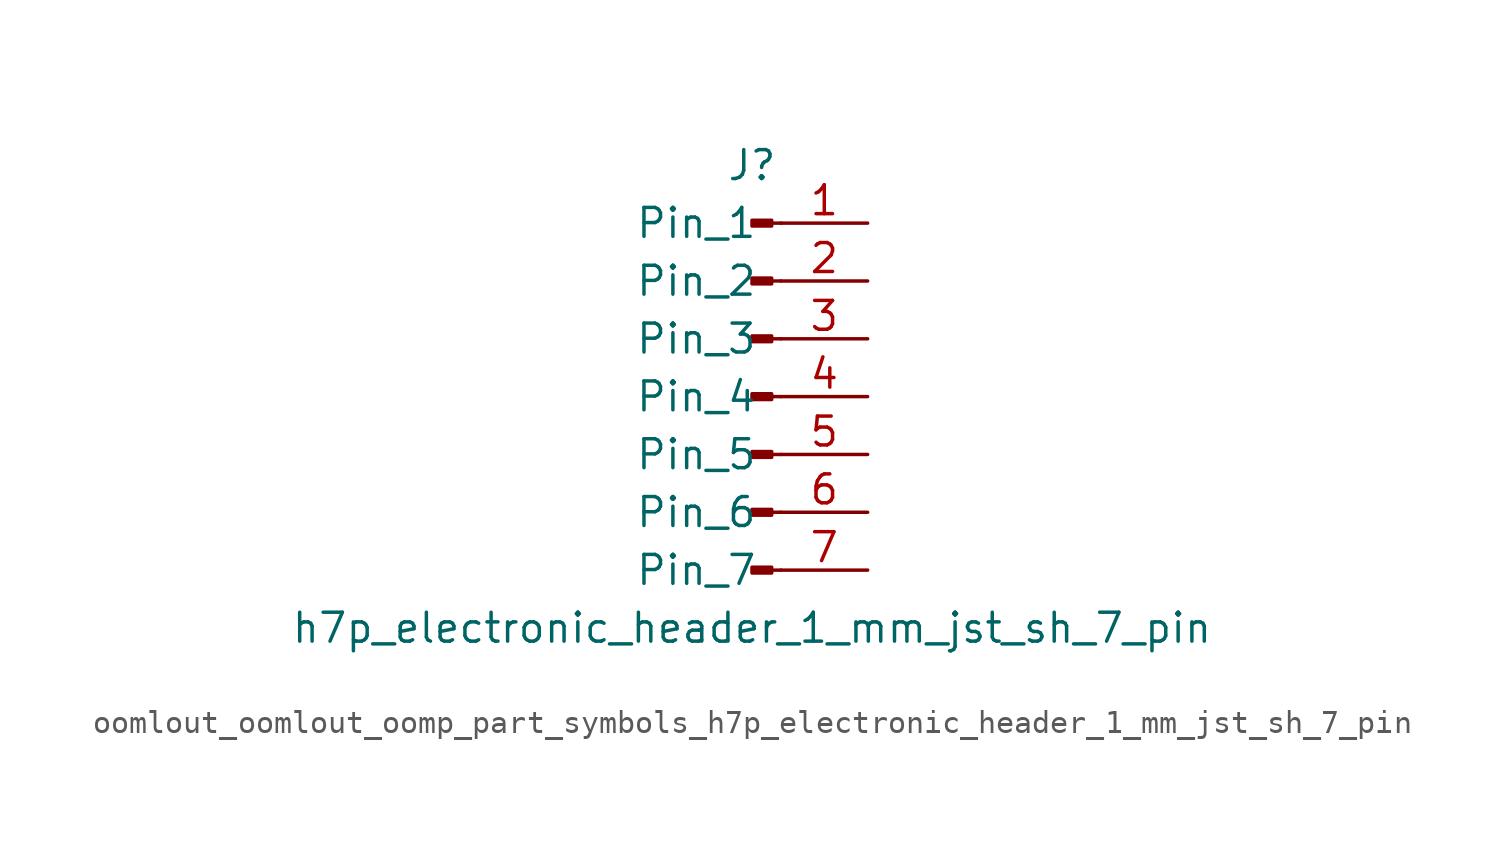
<source format=kicad_sym>
(kicad_symbol_lib
  (version 20220914)
  (generator kicad_symbol_editor)
  (symbol "oomlout_oomlout_oomp_part_symbols_h7p_electronic_header_1_mm_jst_sh_7_pin"
    (pin_names
      (offset 1.016))
    (property "Reference" "J"
      (at 0 10.16 0)
      (effects (font (size 1.27 1.27))))
    (property "Value" "h7p_electronic_header_1_mm_jst_sh_7_pin"
      (at 0 -10.16 0)
      (effects (font (size 1.27 1.27))))
    (property "ki_locked" ""
      (at 0 0 0)
      (effects (font (size 1.27 1.27))))
    (symbol "oomlout_oomlout_oomp_part_symbols_h7p_electronic_header_1_mm_jst_sh_7_pin_1_1"
      (polyline (pts (xy 1.27 -7.62) (xy 0.864 -7.62)) (stroke (width 0.152) (type default)) (fill (type none)))
      (polyline (pts (xy 1.27 -5.08) (xy 0.864 -5.08)) (stroke (width 0.152) (type default)) (fill (type none)))
      (polyline (pts (xy 1.27 -2.54) (xy 0.864 -2.54)) (stroke (width 0.152) (type default)) (fill (type none)))
      (polyline (pts (xy 1.27 0) (xy 0.864 0)) (stroke (width 0.152) (type default)) (fill (type none)))
      (polyline (pts (xy 1.27 2.54) (xy 0.864 2.54)) (stroke (width 0.152) (type default)) (fill (type none)))
      (polyline (pts (xy 1.27 5.08) (xy 0.864 5.08)) (stroke (width 0.152) (type default)) (fill (type none)))
      (polyline (pts (xy 1.27 7.62) (xy 0.864 7.62)) (stroke (width 0.152) (type default)) (fill (type none)))
      (rectangle (start 0.864 -7.493) (end 0 -7.747) (stroke (width 0.152) (type default)) (fill (type outline)))
      (rectangle (start 0.864 -4.953) (end 0 -5.207) (stroke (width 0.152) (type default)) (fill (type outline)))
      (rectangle (start 0.864 -2.413) (end 0 -2.667) (stroke (width 0.152) (type default)) (fill (type outline)))
      (rectangle (start 0.864 0.127) (end 0 -0.127) (stroke (width 0.152) (type default)) (fill (type outline)))
      (rectangle (start 0.864 2.667) (end 0 2.413) (stroke (width 0.152) (type default)) (fill (type outline)))
      (rectangle (start 0.864 5.207) (end 0 4.953) (stroke (width 0.152) (type default)) (fill (type outline)))
      (rectangle (start 0.864 7.747) (end 0 7.493) (stroke (width 0.152) (type default)) (fill (type outline)))
      (pin passive line (at 5.08 7.62 180) (length 3.81) (name "Pin_1" (effects (font (size 1.27 1.27)))) (number "1" (effects (font (size 1.27 1.27)))))
      (pin passive line (at 5.08 5.08 180) (length 3.81) (name "Pin_2" (effects (font (size 1.27 1.27)))) (number "2" (effects (font (size 1.27 1.27)))))
      (pin passive line (at 5.08 2.54 180) (length 3.81) (name "Pin_3" (effects (font (size 1.27 1.27)))) (number "3" (effects (font (size 1.27 1.27)))))
      (pin passive line (at 5.08 0 180) (length 3.81) (name "Pin_4" (effects (font (size 1.27 1.27)))) (number "4" (effects (font (size 1.27 1.27)))))
      (pin passive line (at 5.08 -2.54 180) (length 3.81) (name "Pin_5" (effects (font (size 1.27 1.27)))) (number "5" (effects (font (size 1.27 1.27)))))
      (pin passive line (at 5.08 -5.08 180) (length 3.81) (name "Pin_6" (effects (font (size 1.27 1.27)))) (number "6" (effects (font (size 1.27 1.27)))))
      (pin passive line (at 5.08 -7.62 180) (length 3.81) (name "Pin_7" (effects (font (size 1.27 1.27)))) (number "7" (effects (font (size 1.27 1.27))))))))
</source>
